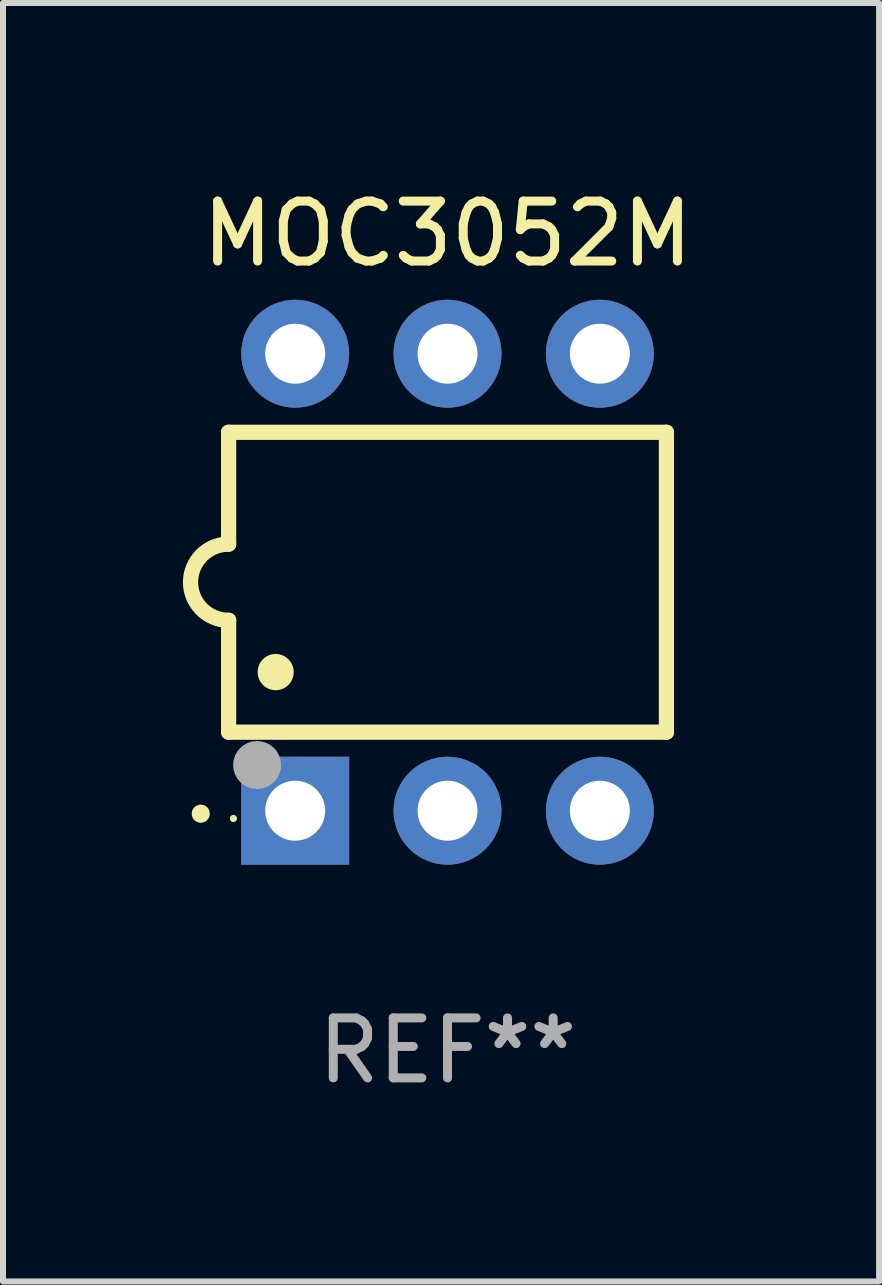
<source format=kicad_pcb>
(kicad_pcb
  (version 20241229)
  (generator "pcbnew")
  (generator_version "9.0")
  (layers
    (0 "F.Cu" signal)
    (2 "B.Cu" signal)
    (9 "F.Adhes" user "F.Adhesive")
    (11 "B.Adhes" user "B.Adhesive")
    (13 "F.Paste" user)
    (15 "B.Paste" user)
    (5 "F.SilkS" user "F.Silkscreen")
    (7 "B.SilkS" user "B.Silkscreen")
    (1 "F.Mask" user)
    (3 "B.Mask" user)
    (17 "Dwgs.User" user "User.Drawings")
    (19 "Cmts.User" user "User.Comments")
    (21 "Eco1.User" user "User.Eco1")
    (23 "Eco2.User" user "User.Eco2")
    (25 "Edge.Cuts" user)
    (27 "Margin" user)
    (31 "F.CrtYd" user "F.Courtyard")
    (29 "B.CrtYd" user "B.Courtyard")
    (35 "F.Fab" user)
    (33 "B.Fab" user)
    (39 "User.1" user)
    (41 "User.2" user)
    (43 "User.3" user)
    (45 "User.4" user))
  (footprint "MOC3052M"
    (layer "F.Cu")
    (at 4.412 6.658)
    (property "Reference" "MOC3052M" (at 0 -5.81 0) (layer "F.SilkS") (effects (font (size 1 1) (thickness 0.15))))
    (attr through_hole)
    (fp_line (start -3.65 -2.5) (end 3.65 -2.5) (stroke (width 0.254) (type solid)) (layer "F.SilkS"))
    (fp_line (start -3.65 -0.635) (end -3.65 -2.5) (stroke (width 0.254) (type solid)) (layer "F.SilkS"))
    (fp_line (start -3.65 0.635) (end -3.65 2.5) (stroke (width 0.254) (type solid)) (layer "F.SilkS"))
    (fp_line (start -3.65 2.5) (end 3.65 2.5) (stroke (width 0.254) (type solid)) (layer "F.SilkS"))
    (fp_line (start 3.65 -2.5) (end 3.65 2.5) (stroke (width 0.254) (type solid)) (layer "F.SilkS"))
    (fp_arc (start -4.114808 3.860808) (mid -4.114813 3.859538) (end -4.114808 3.858268) (stroke (width 0.3) (type solid)) (layer "F.SilkS"))
    (fp_arc (start -3.650013 0.635001) (mid -4.285014 0) (end -3.650013 -0.635001) (stroke (width 0.254001) (type solid)) (layer "F.SilkS"))
    (fp_arc (start -2.865405 1.501143) (mid -2.865416 1.498603) (end -2.865405 1.496063) (stroke (width 0.6) (type solid)) (layer "F.SilkS"))
    (fp_circle (center -3.57 3.94) (end -3.54 3.94) (stroke (width 0.06) (type solid)) (fill no) (layer "F.SilkS"))
    (fp_circle (center -3.175 3.048) (end -2.975 3.048) (stroke (width 0.4) (type solid)) (fill no) (layer "F.Fab"))
    (fp_text user "REF**" (at 0 7.81 0) (layer "F.Fab") (effects (font (size 1 1) (thickness 0.15))))
    (pad "1" thru_hole rect (at -2.54 3.81 90) (size 1.8 1.8) (drill 1) (layers "*.Cu" "*.Mask"))
    (pad "2" thru_hole circle (at 0 3.81) (size 1.8 1.8) (drill 1) (layers "*.Cu" "*.Mask"))
    (pad "3" thru_hole circle (at 2.54 3.81) (size 1.8 1.8) (drill 1) (layers "*.Cu" "*.Mask"))
    (pad "4" thru_hole circle (at 2.54 -3.81) (size 1.8 1.8) (drill 1) (layers "*.Cu" "*.Mask"))
    (pad "5" thru_hole circle (at 0 -3.81) (size 1.8 1.8) (drill 1) (layers "*.Cu" "*.Mask"))
    (pad "6" thru_hole circle (at -2.54 -3.81) (size 1.8 1.8) (drill 1) (layers "*.Cu" "*.Mask")))
  (gr_rect
    (start -3 -3)
    (end 11.608 18.317)
    (stroke (width 0.1) (type default))
    (fill no)
    (layer "Edge.Cuts")))
</source>
